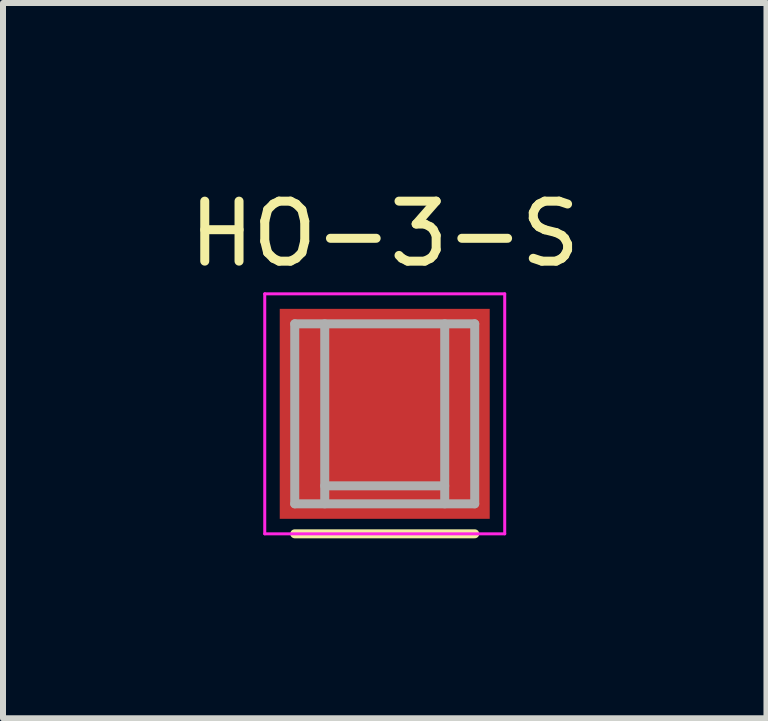
<source format=kicad_pcb>
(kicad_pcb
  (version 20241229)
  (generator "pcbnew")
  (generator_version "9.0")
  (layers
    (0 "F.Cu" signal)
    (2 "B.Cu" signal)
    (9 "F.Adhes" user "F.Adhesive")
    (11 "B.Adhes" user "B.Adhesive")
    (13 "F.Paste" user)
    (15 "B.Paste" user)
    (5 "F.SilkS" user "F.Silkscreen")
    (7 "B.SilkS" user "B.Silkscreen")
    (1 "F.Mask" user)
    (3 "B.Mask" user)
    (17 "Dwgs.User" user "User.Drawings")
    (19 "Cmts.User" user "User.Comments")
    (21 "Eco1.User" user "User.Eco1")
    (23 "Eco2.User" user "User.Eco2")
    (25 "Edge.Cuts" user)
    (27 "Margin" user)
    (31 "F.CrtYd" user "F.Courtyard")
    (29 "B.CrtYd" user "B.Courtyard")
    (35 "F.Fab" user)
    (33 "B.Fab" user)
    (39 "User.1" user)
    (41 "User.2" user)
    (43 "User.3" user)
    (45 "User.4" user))
  (footprint "HO-3-S"
    (layer "F.Cu")
    (at 3.363 3.848)
    (property "Reference" "HO-3-S" (at 0 -3 0) (layer "F.SilkS") (effects (font (size 1 1) (thickness 0.15))))
    (attr smd)
    (fp_line (start -1.5 2) (end 1.5 2) (stroke (width 0.15) (type solid)) (layer "F.SilkS"))
    (fp_line (start -2 -2) (end -2 2) (stroke (width 0.05) (type solid)) (layer "F.CrtYd"))
    (fp_line (start -2 -2) (end 2 -2) (stroke (width 0.05) (type solid)) (layer "F.CrtYd"))
    (fp_line (start -2 2) (end 2 2) (stroke (width 0.05) (type solid)) (layer "F.CrtYd"))
    (fp_line (start 2 -2) (end 2 2) (stroke (width 0.05) (type solid)) (layer "F.CrtYd"))
    (fp_line (start -1.5 -1.5) (end -1.5 1.5) (stroke (width 0.15) (type solid)) (layer "F.Fab"))
    (fp_line (start -1.5 -1.5) (end 1.5 -1.5) (stroke (width 0.15) (type solid)) (layer "F.Fab"))
    (fp_line (start -1.5 1.5) (end 1.5 1.5) (stroke (width 0.15) (type solid)) (layer "F.Fab"))
    (fp_line (start -1 -1.5) (end -1 1.5) (stroke (width 0.15) (type solid)) (layer "F.Fab"))
    (fp_line (start -1 1.2) (end 1 1.2) (stroke (width 0.15) (type solid)) (layer "F.Fab"))
    (fp_line (start 1 -1.5) (end 1 1.5) (stroke (width 0.15) (type solid)) (layer "F.Fab"))
    (fp_line (start 1.5 -1.5) (end 1.5 1.5) (stroke (width 0.15) (type solid)) (layer "F.Fab"))
    (pad "1" smd rect (at 0 0) (size 3.5 3.5) (layers "F.Cu" "F.Mask" "F.Paste")))
  (gr_rect
    (start -3 -3)
    (end 9.726 8.923)
    (stroke (width 0.1) (type default))
    (fill no)
    (layer "Edge.Cuts")))
</source>
